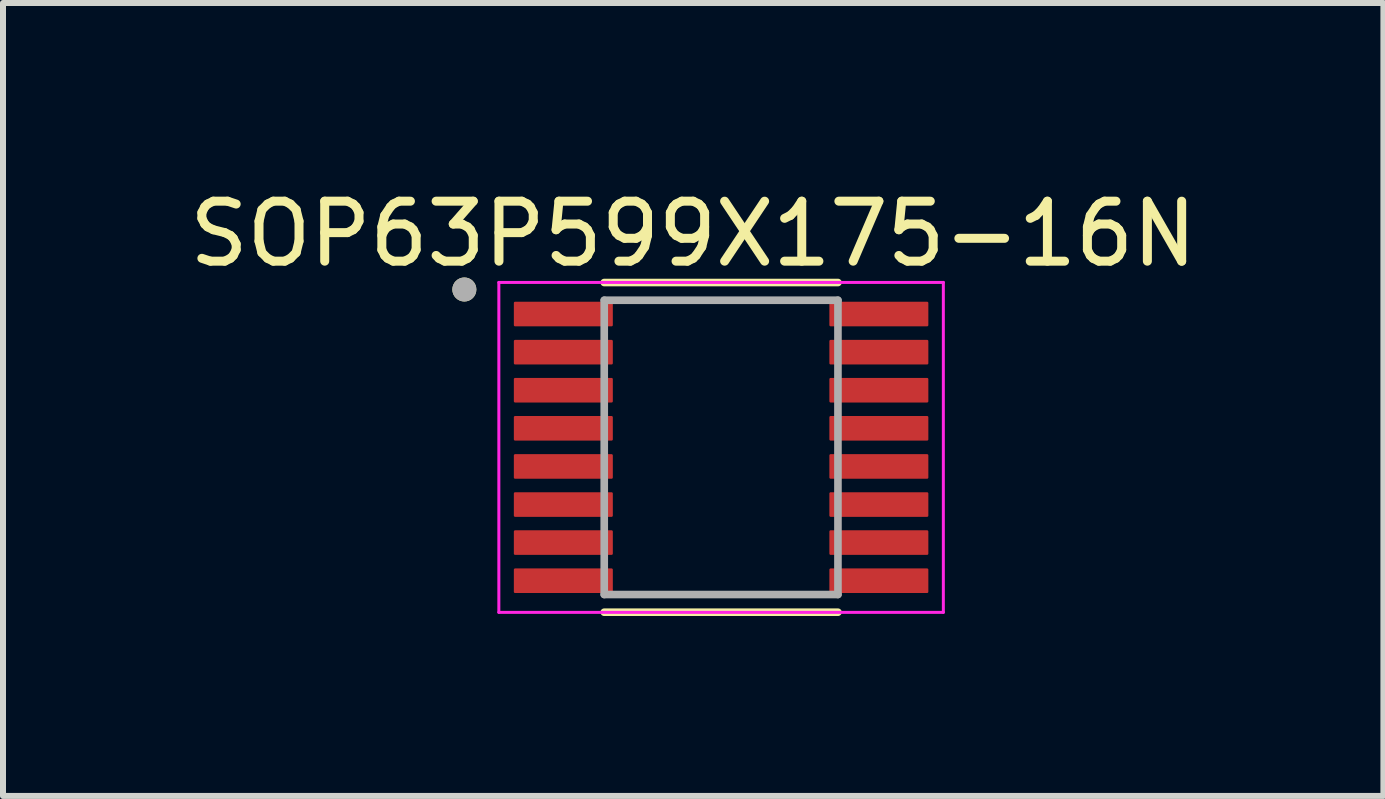
<source format=kicad_pcb>
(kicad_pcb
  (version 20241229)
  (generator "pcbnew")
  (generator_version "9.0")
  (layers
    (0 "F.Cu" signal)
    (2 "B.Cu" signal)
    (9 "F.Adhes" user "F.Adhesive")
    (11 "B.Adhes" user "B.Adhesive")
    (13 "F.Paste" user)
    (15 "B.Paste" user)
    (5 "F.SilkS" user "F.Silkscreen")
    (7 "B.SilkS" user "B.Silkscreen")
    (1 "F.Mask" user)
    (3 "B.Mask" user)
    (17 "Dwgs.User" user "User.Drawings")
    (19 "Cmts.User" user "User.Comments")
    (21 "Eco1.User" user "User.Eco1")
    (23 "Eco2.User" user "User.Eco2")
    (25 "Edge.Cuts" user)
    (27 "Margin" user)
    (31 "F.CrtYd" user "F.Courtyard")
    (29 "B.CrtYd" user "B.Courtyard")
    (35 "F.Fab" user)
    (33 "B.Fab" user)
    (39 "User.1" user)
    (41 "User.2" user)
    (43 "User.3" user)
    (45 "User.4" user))
  (footprint "SOP63P599X175-16N"
    (layer "F.Cu")
    (at 8.971 4.408)
    (property "Reference" "SOP63P599X175-16N" (at -0.465 -3.559 0) (layer "F.SilkS") (effects (font (size 1 1) (thickness 0.15))))
    (attr smd)
    (fp_line (start -1.948 -2.748) (end 1.948 -2.748) (stroke (width 0.127) (type solid)) (layer "F.SilkS"))
    (fp_line (start -1.948 2.748) (end 1.948 2.748) (stroke (width 0.127) (type solid)) (layer "F.SilkS"))
    (fp_circle (center -4.28 -2.632) (end -4.18 -2.632) (stroke (width 0.2) (type solid)) (fill no) (layer "F.SilkS"))
    (fp_line (start -3.705 -2.75) (end -3.705 2.75) (stroke (width 0.05) (type solid)) (layer "F.CrtYd"))
    (fp_line (start -3.705 -2.75) (end 3.705 -2.75) (stroke (width 0.05) (type solid)) (layer "F.CrtYd"))
    (fp_line (start -3.705 2.75) (end 3.705 2.75) (stroke (width 0.05) (type solid)) (layer "F.CrtYd"))
    (fp_line (start 3.705 -2.75) (end 3.705 2.75) (stroke (width 0.05) (type solid)) (layer "F.CrtYd"))
    (fp_line (start -1.948 -2.453) (end -1.948 2.453) (stroke (width 0.127) (type solid)) (layer "F.Fab"))
    (fp_line (start -1.948 -2.453) (end 1.948 -2.453) (stroke (width 0.127) (type solid)) (layer "F.Fab"))
    (fp_line (start -1.948 2.453) (end 1.948 2.453) (stroke (width 0.127) (type solid)) (layer "F.Fab"))
    (fp_line (start 1.948 -2.453) (end 1.948 2.453) (stroke (width 0.127) (type solid)) (layer "F.Fab"))
    (fp_circle (center -4.28 -2.632) (end -4.18 -2.632) (stroke (width 0.2) (type solid)) (fill no) (layer "F.Fab"))
    (pad "1" smd roundrect (at -2.63 -2.223) (size 1.65 0.41) (layers "F.Cu" "F.Mask" "F.Paste") (roundrect_rratio 0.05))
    (pad "2" smd roundrect (at -2.63 -1.587) (size 1.65 0.41) (layers "F.Cu" "F.Mask" "F.Paste") (roundrect_rratio 0.05))
    (pad "3" smd roundrect (at -2.63 -0.953) (size 1.65 0.41) (layers "F.Cu" "F.Mask" "F.Paste") (roundrect_rratio 0.05))
    (pad "4" smd roundrect (at -2.63 -0.318) (size 1.65 0.41) (layers "F.Cu" "F.Mask" "F.Paste") (roundrect_rratio 0.05))
    (pad "5" smd roundrect (at -2.63 0.318) (size 1.65 0.41) (layers "F.Cu" "F.Mask" "F.Paste") (roundrect_rratio 0.05))
    (pad "6" smd roundrect (at -2.63 0.953) (size 1.65 0.41) (layers "F.Cu" "F.Mask" "F.Paste") (roundrect_rratio 0.05))
    (pad "7" smd roundrect (at -2.63 1.587) (size 1.65 0.41) (layers "F.Cu" "F.Mask" "F.Paste") (roundrect_rratio 0.05))
    (pad "8" smd roundrect (at -2.63 2.223) (size 1.65 0.41) (layers "F.Cu" "F.Mask" "F.Paste") (roundrect_rratio 0.05))
    (pad "9" smd roundrect (at 2.63 2.223) (size 1.65 0.41) (layers "F.Cu" "F.Mask" "F.Paste") (roundrect_rratio 0.05))
    (pad "10" smd roundrect (at 2.63 1.587) (size 1.65 0.41) (layers "F.Cu" "F.Mask" "F.Paste") (roundrect_rratio 0.05))
    (pad "11" smd roundrect (at 2.63 0.953) (size 1.65 0.41) (layers "F.Cu" "F.Mask" "F.Paste") (roundrect_rratio 0.05))
    (pad "12" smd roundrect (at 2.63 0.318) (size 1.65 0.41) (layers "F.Cu" "F.Mask" "F.Paste") (roundrect_rratio 0.05))
    (pad "13" smd roundrect (at 2.63 -0.318) (size 1.65 0.41) (layers "F.Cu" "F.Mask" "F.Paste") (roundrect_rratio 0.05))
    (pad "14" smd roundrect (at 2.63 -0.953) (size 1.65 0.41) (layers "F.Cu" "F.Mask" "F.Paste") (roundrect_rratio 0.05))
    (pad "15" smd roundrect (at 2.63 -1.587) (size 1.65 0.41) (layers "F.Cu" "F.Mask" "F.Paste") (roundrect_rratio 0.05))
    (pad "16" smd roundrect (at 2.63 -2.223) (size 1.65 0.41) (layers "F.Cu" "F.Mask" "F.Paste") (roundrect_rratio 0.05)))
  (gr_rect
    (start -3 -3)
    (end 20.012 10.219)
    (stroke (width 0.1) (type default))
    (fill no)
    (layer "Edge.Cuts")))
</source>
